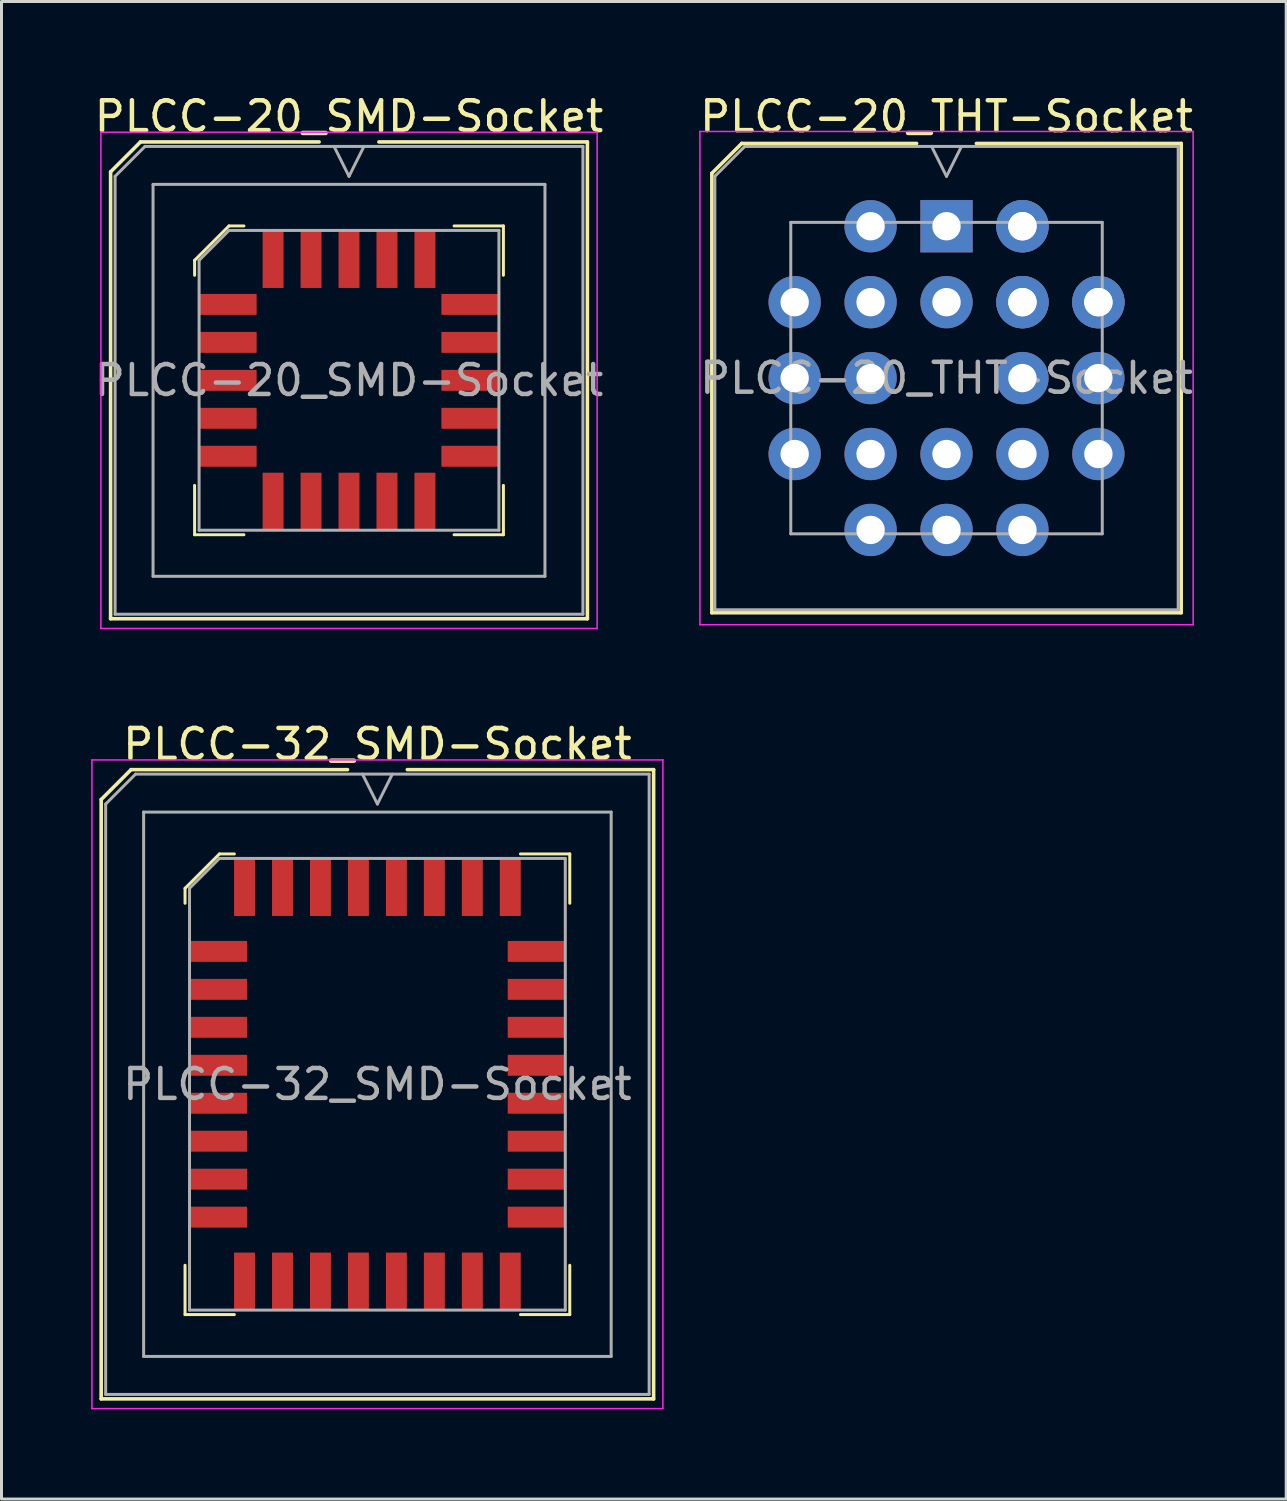
<source format=kicad_pcb>
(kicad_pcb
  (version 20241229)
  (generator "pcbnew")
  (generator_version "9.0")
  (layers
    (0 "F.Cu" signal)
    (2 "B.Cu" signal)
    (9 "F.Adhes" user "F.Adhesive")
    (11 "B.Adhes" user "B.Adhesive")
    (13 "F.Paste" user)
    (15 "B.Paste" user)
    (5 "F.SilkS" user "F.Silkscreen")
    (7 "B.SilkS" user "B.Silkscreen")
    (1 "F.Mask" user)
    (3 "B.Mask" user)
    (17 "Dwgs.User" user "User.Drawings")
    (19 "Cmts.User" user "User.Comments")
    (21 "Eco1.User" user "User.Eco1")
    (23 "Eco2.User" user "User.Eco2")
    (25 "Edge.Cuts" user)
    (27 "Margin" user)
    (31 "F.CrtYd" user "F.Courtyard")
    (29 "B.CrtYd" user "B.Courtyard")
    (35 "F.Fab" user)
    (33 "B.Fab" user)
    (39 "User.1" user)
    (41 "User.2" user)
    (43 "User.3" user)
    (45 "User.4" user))
  (footprint "PLCC-32_SMD-Socket"
    (layer "F.Cu")
    (at 9.575 33.221)
    (property "Reference" "PLCC-32_SMD-Socket" (at 0 -11.375 0) (layer "F.SilkS") (effects (font (size 1 1) (thickness 0.15))))
    (attr smd)
    (fp_line (start -9.24 -9.525) (end -9.24 10.525) (stroke (width 0.12) (type solid)) (layer "F.SilkS"))
    (fp_line (start -9.24 10.525) (end 9.24 10.525) (stroke (width 0.12) (type solid)) (layer "F.SilkS"))
    (fp_line (start -8.24 -10.525) (end -9.24 -9.525) (stroke (width 0.12) (type solid)) (layer "F.SilkS"))
    (fp_line (start -6.435 -6.555) (end -6.435 -6.055) (stroke (width 0.1) (type solid)) (layer "F.SilkS"))
    (fp_line (start -6.435 7.705) (end -6.435 6.055) (stroke (width 0.1) (type solid)) (layer "F.SilkS"))
    (fp_line (start -5.285 -7.705) (end -6.435 -6.555) (stroke (width 0.1) (type solid)) (layer "F.SilkS"))
    (fp_line (start -4.785 -7.705) (end -5.285 -7.705) (stroke (width 0.1) (type solid)) (layer "F.SilkS"))
    (fp_line (start -4.785 7.705) (end -6.435 7.705) (stroke (width 0.1) (type solid)) (layer "F.SilkS"))
    (fp_line (start -1 -10.525) (end -8.24 -10.525) (stroke (width 0.12) (type solid)) (layer "F.SilkS"))
    (fp_line (start 4.785 -7.705) (end 6.435 -7.705) (stroke (width 0.1) (type solid)) (layer "F.SilkS"))
    (fp_line (start 4.785 7.705) (end 6.435 7.705) (stroke (width 0.1) (type solid)) (layer "F.SilkS"))
    (fp_line (start 6.435 -7.705) (end 6.435 -6.055) (stroke (width 0.1) (type solid)) (layer "F.SilkS"))
    (fp_line (start 6.435 7.705) (end 6.435 6.055) (stroke (width 0.1) (type solid)) (layer "F.SilkS"))
    (fp_line (start 9.24 -10.525) (end 1 -10.525) (stroke (width 0.12) (type solid)) (layer "F.SilkS"))
    (fp_line (start 9.24 10.525) (end 9.24 -10.525) (stroke (width 0.12) (type solid)) (layer "F.SilkS"))
    (fp_line (start -9.55 -10.85) (end -9.55 10.85) (stroke (width 0.05) (type solid)) (layer "F.CrtYd"))
    (fp_line (start -9.55 10.85) (end 9.55 10.85) (stroke (width 0.05) (type solid)) (layer "F.CrtYd"))
    (fp_line (start 9.55 -10.85) (end -9.55 -10.85) (stroke (width 0.05) (type solid)) (layer "F.CrtYd"))
    (fp_line (start 9.55 10.85) (end 9.55 -10.85) (stroke (width 0.05) (type solid)) (layer "F.CrtYd"))
    (fp_line (start -9.09 -9.375) (end -9.09 10.375) (stroke (width 0.1) (type solid)) (layer "F.Fab"))
    (fp_line (start -9.09 10.375) (end 9.09 10.375) (stroke (width 0.1) (type solid)) (layer "F.Fab"))
    (fp_line (start -8.09 -10.375) (end -9.09 -9.375) (stroke (width 0.1) (type solid)) (layer "F.Fab"))
    (fp_line (start -7.82 -9.105) (end -7.82 9.105) (stroke (width 0.1) (type solid)) (layer "F.Fab"))
    (fp_line (start -7.82 9.105) (end 7.82 9.105) (stroke (width 0.1) (type solid)) (layer "F.Fab"))
    (fp_line (start -6.285 -6.555) (end -6.285 7.555) (stroke (width 0.1) (type solid)) (layer "F.Fab"))
    (fp_line (start -6.285 7.555) (end 6.285 7.555) (stroke (width 0.1) (type solid)) (layer "F.Fab"))
    (fp_line (start -5.285 -7.555) (end -6.285 -6.555) (stroke (width 0.1) (type solid)) (layer "F.Fab"))
    (fp_line (start -0.5 -10.375) (end 0 -9.375) (stroke (width 0.1) (type solid)) (layer "F.Fab"))
    (fp_line (start 0 -9.375) (end 0.5 -10.375) (stroke (width 0.1) (type solid)) (layer "F.Fab"))
    (fp_line (start 6.285 -7.555) (end -5.285 -7.555) (stroke (width 0.1) (type solid)) (layer "F.Fab"))
    (fp_line (start 6.285 7.555) (end 6.285 -7.555) (stroke (width 0.1) (type solid)) (layer "F.Fab"))
    (fp_line (start 7.82 -9.105) (end -7.82 -9.105) (stroke (width 0.1) (type solid)) (layer "F.Fab"))
    (fp_line (start 7.82 9.105) (end 7.82 -9.105) (stroke (width 0.1) (type solid)) (layer "F.Fab"))
    (fp_line (start 9.09 -10.375) (end -8.09 -10.375) (stroke (width 0.1) (type solid)) (layer "F.Fab"))
    (fp_line (start 9.09 10.375) (end 9.09 -10.375) (stroke (width 0.1) (type solid)) (layer "F.Fab"))
    (fp_text user "${REFERENCE}" (at 0 0 0) (layer "F.Fab") (effects (font (size 1 1) (thickness 0.15))))
    (pad "1" smd rect (at -0.635 -6.593) (size 0.7 1.925) (layers "F.Cu" "F.Mask" "F.Paste"))
    (pad "2" smd rect (at -1.905 -6.593) (size 0.7 1.925) (layers "F.Cu" "F.Mask" "F.Paste"))
    (pad "3" smd rect (at -3.175 -6.593) (size 0.7 1.925) (layers "F.Cu" "F.Mask" "F.Paste"))
    (pad "4" smd rect (at -4.445 -6.593) (size 0.7 1.925) (layers "F.Cu" "F.Mask" "F.Paste"))
    (pad "5" smd rect (at -5.322 -4.445) (size 1.925 0.7) (layers "F.Cu" "F.Mask" "F.Paste"))
    (pad "6" smd rect (at -5.322 -3.175) (size 1.925 0.7) (layers "F.Cu" "F.Mask" "F.Paste"))
    (pad "7" smd rect (at -5.322 -1.905) (size 1.925 0.7) (layers "F.Cu" "F.Mask" "F.Paste"))
    (pad "8" smd rect (at -5.322 -0.635) (size 1.925 0.7) (layers "F.Cu" "F.Mask" "F.Paste"))
    (pad "9" smd rect (at -5.322 0.635) (size 1.925 0.7) (layers "F.Cu" "F.Mask" "F.Paste"))
    (pad "10" smd rect (at -5.322 1.905) (size 1.925 0.7) (layers "F.Cu" "F.Mask" "F.Paste"))
    (pad "11" smd rect (at -5.322 3.175) (size 1.925 0.7) (layers "F.Cu" "F.Mask" "F.Paste"))
    (pad "12" smd rect (at -5.322 4.445) (size 1.925 0.7) (layers "F.Cu" "F.Mask" "F.Paste"))
    (pad "13" smd rect (at -4.445 6.593) (size 0.7 1.925) (layers "F.Cu" "F.Mask" "F.Paste"))
    (pad "14" smd rect (at -3.175 6.593) (size 0.7 1.925) (layers "F.Cu" "F.Mask" "F.Paste"))
    (pad "15" smd rect (at -1.905 6.593) (size 0.7 1.925) (layers "F.Cu" "F.Mask" "F.Paste"))
    (pad "16" smd rect (at -0.635 6.593) (size 0.7 1.925) (layers "F.Cu" "F.Mask" "F.Paste"))
    (pad "17" smd rect (at 0.635 6.593) (size 0.7 1.925) (layers "F.Cu" "F.Mask" "F.Paste"))
    (pad "18" smd rect (at 1.905 6.593) (size 0.7 1.925) (layers "F.Cu" "F.Mask" "F.Paste"))
    (pad "19" smd rect (at 3.175 6.593) (size 0.7 1.925) (layers "F.Cu" "F.Mask" "F.Paste"))
    (pad "20" smd rect (at 4.445 6.593) (size 0.7 1.925) (layers "F.Cu" "F.Mask" "F.Paste"))
    (pad "21" smd rect (at 5.322 4.445) (size 1.925 0.7) (layers "F.Cu" "F.Mask" "F.Paste"))
    (pad "22" smd rect (at 5.322 3.175) (size 1.925 0.7) (layers "F.Cu" "F.Mask" "F.Paste"))
    (pad "23" smd rect (at 5.322 1.905) (size 1.925 0.7) (layers "F.Cu" "F.Mask" "F.Paste"))
    (pad "24" smd rect (at 5.322 0.635) (size 1.925 0.7) (layers "F.Cu" "F.Mask" "F.Paste"))
    (pad "25" smd rect (at 5.322 -0.635) (size 1.925 0.7) (layers "F.Cu" "F.Mask" "F.Paste"))
    (pad "26" smd rect (at 5.322 -1.905) (size 1.925 0.7) (layers "F.Cu" "F.Mask" "F.Paste"))
    (pad "27" smd rect (at 5.322 -3.175) (size 1.925 0.7) (layers "F.Cu" "F.Mask" "F.Paste"))
    (pad "28" smd rect (at 5.322 -4.445) (size 1.925 0.7) (layers "F.Cu" "F.Mask" "F.Paste"))
    (pad "29" smd rect (at 4.445 -6.593) (size 0.7 1.925) (layers "F.Cu" "F.Mask" "F.Paste"))
    (pad "30" smd rect (at 3.175 -6.593) (size 0.7 1.925) (layers "F.Cu" "F.Mask" "F.Paste"))
    (pad "31" smd rect (at 1.905 -6.593) (size 0.7 1.925) (layers "F.Cu" "F.Mask" "F.Paste"))
    (pad "32" smd rect (at 0.635 -6.593) (size 0.7 1.925) (layers "F.Cu" "F.Mask" "F.Paste")))
  (footprint "PLCC-20_THT-Socket"
    (layer "F.Cu")
    (at 28.613 4.518)
    (property "Reference" "PLCC-20_THT-Socket" (at 0 -3.67 0) (layer "F.SilkS") (effects (font (size 1 1) (thickness 0.15))))
    (attr through_hole)
    (fp_line (start -7.85 -1.77) (end -7.85 12.93) (stroke (width 0.12) (type solid)) (layer "F.SilkS"))
    (fp_line (start -7.85 12.93) (end 7.85 12.93) (stroke (width 0.12) (type solid)) (layer "F.SilkS"))
    (fp_line (start -6.85 -2.77) (end -7.85 -1.77) (stroke (width 0.12) (type solid)) (layer "F.SilkS"))
    (fp_line (start -1 -2.77) (end -6.85 -2.77) (stroke (width 0.12) (type solid)) (layer "F.SilkS"))
    (fp_line (start 7.85 -2.77) (end 1 -2.77) (stroke (width 0.12) (type solid)) (layer "F.SilkS"))
    (fp_line (start 7.85 12.93) (end 7.85 -2.77) (stroke (width 0.12) (type solid)) (layer "F.SilkS"))
    (fp_line (start -8.25 -3.17) (end -8.25 13.33) (stroke (width 0.05) (type solid)) (layer "F.CrtYd"))
    (fp_line (start -8.25 13.33) (end 8.25 13.33) (stroke (width 0.05) (type solid)) (layer "F.CrtYd"))
    (fp_line (start 8.25 -3.17) (end -8.25 -3.17) (stroke (width 0.05) (type solid)) (layer "F.CrtYd"))
    (fp_line (start 8.25 13.33) (end 8.25 -3.17) (stroke (width 0.05) (type solid)) (layer "F.CrtYd"))
    (fp_line (start -7.75 -1.67) (end -7.75 12.83) (stroke (width 0.1) (type solid)) (layer "F.Fab"))
    (fp_line (start -7.75 12.83) (end 7.75 12.83) (stroke (width 0.1) (type solid)) (layer "F.Fab"))
    (fp_line (start -6.75 -2.67) (end -7.75 -1.67) (stroke (width 0.1) (type solid)) (layer "F.Fab"))
    (fp_line (start -5.21 -0.13) (end -5.21 10.29) (stroke (width 0.1) (type solid)) (layer "F.Fab"))
    (fp_line (start -5.21 10.29) (end 5.21 10.29) (stroke (width 0.1) (type solid)) (layer "F.Fab"))
    (fp_line (start -0.5 -2.67) (end 0 -1.67) (stroke (width 0.1) (type solid)) (layer "F.Fab"))
    (fp_line (start 0 -1.67) (end 0.5 -2.67) (stroke (width 0.1) (type solid)) (layer "F.Fab"))
    (fp_line (start 5.21 -0.13) (end -5.21 -0.13) (stroke (width 0.1) (type solid)) (layer "F.Fab"))
    (fp_line (start 5.21 10.29) (end 5.21 -0.13) (stroke (width 0.1) (type solid)) (layer "F.Fab"))
    (fp_line (start 7.75 -2.67) (end -6.75 -2.67) (stroke (width 0.1) (type solid)) (layer "F.Fab"))
    (fp_line (start 7.75 12.83) (end 7.75 -2.67) (stroke (width 0.1) (type solid)) (layer "F.Fab"))
    (fp_text user "${REFERENCE}" (at 0 5.08 0) (layer "F.Fab") (effects (font (size 1 1) (thickness 0.15))))
    (pad "1" thru_hole rect (at 0 0) (size 1.75 1.75) (drill 0.95) (layers "*.Cu" "*.Mask"))
    (pad "2" thru_hole circle (at 0 2.54) (size 1.75 1.75) (drill 0.95) (layers "*.Cu" "*.Mask"))
    (pad "3" thru_hole circle (at -2.54 0) (size 1.75 1.75) (drill 0.95) (layers "*.Cu" "*.Mask"))
    (pad "4" thru_hole circle (at -5.08 2.54) (size 1.75 1.75) (drill 0.95) (layers "*.Cu" "*.Mask"))
    (pad "5" thru_hole circle (at -2.54 2.54) (size 1.75 1.75) (drill 0.95) (layers "*.Cu" "*.Mask"))
    (pad "6" thru_hole circle (at -5.08 5.08) (size 1.75 1.75) (drill 0.95) (layers "*.Cu" "*.Mask"))
    (pad "7" thru_hole circle (at -2.54 5.08) (size 1.75 1.75) (drill 0.95) (layers "*.Cu" "*.Mask"))
    (pad "8" thru_hole circle (at -5.08 7.62) (size 1.75 1.75) (drill 0.95) (layers "*.Cu" "*.Mask"))
    (pad "9" thru_hole circle (at -2.54 10.16) (size 1.75 1.75) (drill 0.95) (layers "*.Cu" "*.Mask"))
    (pad "10" thru_hole circle (at -2.54 7.62) (size 1.75 1.75) (drill 0.95) (layers "*.Cu" "*.Mask"))
    (pad "11" thru_hole circle (at 0 10.16) (size 1.75 1.75) (drill 0.95) (layers "*.Cu" "*.Mask"))
    (pad "12" thru_hole circle (at 0 7.62) (size 1.75 1.75) (drill 0.95) (layers "*.Cu" "*.Mask"))
    (pad "13" thru_hole circle (at 2.54 10.16) (size 1.75 1.75) (drill 0.95) (layers "*.Cu" "*.Mask"))
    (pad "14" thru_hole circle (at 2.54 7.62) (size 1.75 1.75) (drill 0.95) (layers "*.Cu" "*.Mask"))
    (pad "14" thru_hole circle (at 5.08 7.62) (size 1.75 1.75) (drill 0.95) (layers "*.Cu" "*.Mask"))
    (pad "15" thru_hole circle (at 2.54 5.08) (size 1.75 1.75) (drill 0.95) (layers "*.Cu" "*.Mask"))
    (pad "16" thru_hole circle (at 5.08 5.08) (size 1.75 1.75) (drill 0.95) (layers "*.Cu" "*.Mask"))
    (pad "17" thru_hole circle (at 2.54 2.54) (size 1.75 1.75) (drill 0.95) (layers "*.Cu" "*.Mask"))
    (pad "18" thru_hole circle (at 5.08 2.54) (size 1.75 1.75) (drill 0.95) (layers "*.Cu" "*.Mask"))
    (pad "18" thru_hole circle (at 5.08 2.54) (size 1.75 1.75) (drill 0.95) (layers "*.Cu" "*.Mask"))
    (pad "19" thru_hole circle (at 2.54 0) (size 1.75 1.75) (drill 0.95) (layers "*.Cu" "*.Mask"))
    (pad "19" thru_hole circle (at 2.54 0) (size 1.75 1.75) (drill 0.95) (layers "*.Cu" "*.Mask"))
    (pad "20" thru_hole circle (at 2.54 2.54) (size 1.75 1.75) (drill 0.95) (layers "*.Cu" "*.Mask")))
  (footprint "PLCC-20_SMD-Socket"
    (layer "F.Cu")
    (at 8.625 9.673)
    (property "Reference" "PLCC-20_SMD-Socket" (at 0 -8.825 0) (layer "F.SilkS") (effects (font (size 1 1) (thickness 0.15))))
    (attr smd)
    (fp_line (start -7.975 -6.975) (end -7.975 7.975) (stroke (width 0.12) (type solid)) (layer "F.SilkS"))
    (fp_line (start -7.975 7.975) (end 7.975 7.975) (stroke (width 0.12) (type solid)) (layer "F.SilkS"))
    (fp_line (start -6.975 -7.975) (end -7.975 -6.975) (stroke (width 0.12) (type solid)) (layer "F.SilkS"))
    (fp_line (start -5.165 -4.015) (end -5.165 -3.515) (stroke (width 0.1) (type solid)) (layer "F.SilkS"))
    (fp_line (start -5.165 5.165) (end -5.165 3.515) (stroke (width 0.1) (type solid)) (layer "F.SilkS"))
    (fp_line (start -4.015 -5.165) (end -5.165 -4.015) (stroke (width 0.1) (type solid)) (layer "F.SilkS"))
    (fp_line (start -3.515 -5.165) (end -4.015 -5.165) (stroke (width 0.1) (type solid)) (layer "F.SilkS"))
    (fp_line (start -3.515 5.165) (end -5.165 5.165) (stroke (width 0.1) (type solid)) (layer "F.SilkS"))
    (fp_line (start -1 -7.975) (end -6.975 -7.975) (stroke (width 0.12) (type solid)) (layer "F.SilkS"))
    (fp_line (start 3.515 -5.165) (end 5.165 -5.165) (stroke (width 0.1) (type solid)) (layer "F.SilkS"))
    (fp_line (start 3.515 5.165) (end 5.165 5.165) (stroke (width 0.1) (type solid)) (layer "F.SilkS"))
    (fp_line (start 5.165 -5.165) (end 5.165 -3.515) (stroke (width 0.1) (type solid)) (layer "F.SilkS"))
    (fp_line (start 5.165 5.165) (end 5.165 3.515) (stroke (width 0.1) (type solid)) (layer "F.SilkS"))
    (fp_line (start 7.975 -7.975) (end 1 -7.975) (stroke (width 0.12) (type solid)) (layer "F.SilkS"))
    (fp_line (start 7.975 7.975) (end 7.975 -7.975) (stroke (width 0.12) (type solid)) (layer "F.SilkS"))
    (fp_line (start -8.3 -8.3) (end -8.3 8.3) (stroke (width 0.05) (type solid)) (layer "F.CrtYd"))
    (fp_line (start -8.3 8.3) (end 8.3 8.3) (stroke (width 0.05) (type solid)) (layer "F.CrtYd"))
    (fp_line (start 8.3 -8.3) (end -8.3 -8.3) (stroke (width 0.05) (type solid)) (layer "F.CrtYd"))
    (fp_line (start 8.3 8.3) (end 8.3 -8.3) (stroke (width 0.05) (type solid)) (layer "F.CrtYd"))
    (fp_line (start -7.825 -6.825) (end -7.825 7.825) (stroke (width 0.1) (type solid)) (layer "F.Fab"))
    (fp_line (start -7.825 7.825) (end 7.825 7.825) (stroke (width 0.1) (type solid)) (layer "F.Fab"))
    (fp_line (start -6.825 -7.825) (end -7.825 -6.825) (stroke (width 0.1) (type solid)) (layer "F.Fab"))
    (fp_line (start -6.555 -6.555) (end -6.555 6.555) (stroke (width 0.1) (type solid)) (layer "F.Fab"))
    (fp_line (start -6.555 6.555) (end 6.555 6.555) (stroke (width 0.1) (type solid)) (layer "F.Fab"))
    (fp_line (start -5.015 -4.015) (end -5.015 5.015) (stroke (width 0.1) (type solid)) (layer "F.Fab"))
    (fp_line (start -5.015 5.015) (end 5.015 5.015) (stroke (width 0.1) (type solid)) (layer "F.Fab"))
    (fp_line (start -4.015 -5.015) (end -5.015 -4.015) (stroke (width 0.1) (type solid)) (layer "F.Fab"))
    (fp_line (start -0.5 -7.825) (end 0 -6.825) (stroke (width 0.1) (type solid)) (layer "F.Fab"))
    (fp_line (start 0 -6.825) (end 0.5 -7.825) (stroke (width 0.1) (type solid)) (layer "F.Fab"))
    (fp_line (start 5.015 -5.015) (end -4.015 -5.015) (stroke (width 0.1) (type solid)) (layer "F.Fab"))
    (fp_line (start 5.015 5.015) (end 5.015 -5.015) (stroke (width 0.1) (type solid)) (layer "F.Fab"))
    (fp_line (start 6.555 -6.555) (end -6.555 -6.555) (stroke (width 0.1) (type solid)) (layer "F.Fab"))
    (fp_line (start 6.555 6.555) (end 6.555 -6.555) (stroke (width 0.1) (type solid)) (layer "F.Fab"))
    (fp_line (start 7.825 -7.825) (end -6.825 -7.825) (stroke (width 0.1) (type solid)) (layer "F.Fab"))
    (fp_line (start 7.825 7.825) (end 7.825 -7.825) (stroke (width 0.1) (type solid)) (layer "F.Fab"))
    (fp_text user "${REFERENCE}" (at 0 0 0) (layer "F.Fab") (effects (font (size 1 1) (thickness 0.15))))
    (pad "1" smd rect (at 0 -4.053) (size 0.7 1.925) (layers "F.Cu" "F.Mask" "F.Paste"))
    (pad "2" smd rect (at -1.27 -4.053) (size 0.7 1.925) (layers "F.Cu" "F.Mask" "F.Paste"))
    (pad "3" smd rect (at -2.54 -4.053) (size 0.7 1.925) (layers "F.Cu" "F.Mask" "F.Paste"))
    (pad "4" smd rect (at -4.053 -2.54) (size 1.925 0.7) (layers "F.Cu" "F.Mask" "F.Paste"))
    (pad "5" smd rect (at -4.053 -1.27) (size 1.925 0.7) (layers "F.Cu" "F.Mask" "F.Paste"))
    (pad "6" smd rect (at -4.053 0) (size 1.925 0.7) (layers "F.Cu" "F.Mask" "F.Paste"))
    (pad "7" smd rect (at -4.053 1.27) (size 1.925 0.7) (layers "F.Cu" "F.Mask" "F.Paste"))
    (pad "8" smd rect (at -4.053 2.54) (size 1.925 0.7) (layers "F.Cu" "F.Mask" "F.Paste"))
    (pad "9" smd rect (at -2.54 4.053) (size 0.7 1.925) (layers "F.Cu" "F.Mask" "F.Paste"))
    (pad "10" smd rect (at -1.27 4.053) (size 0.7 1.925) (layers "F.Cu" "F.Mask" "F.Paste"))
    (pad "11" smd rect (at 0 4.053) (size 0.7 1.925) (layers "F.Cu" "F.Mask" "F.Paste"))
    (pad "12" smd rect (at 1.27 4.053) (size 0.7 1.925) (layers "F.Cu" "F.Mask" "F.Paste"))
    (pad "13" smd rect (at 2.54 4.053) (size 0.7 1.925) (layers "F.Cu" "F.Mask" "F.Paste"))
    (pad "14" smd rect (at 4.053 2.54) (size 1.925 0.7) (layers "F.Cu" "F.Mask" "F.Paste"))
    (pad "15" smd rect (at 4.053 1.27) (size 1.925 0.7) (layers "F.Cu" "F.Mask" "F.Paste"))
    (pad "16" smd rect (at 4.053 0) (size 1.925 0.7) (layers "F.Cu" "F.Mask" "F.Paste"))
    (pad "17" smd rect (at 4.053 -1.27) (size 1.925 0.7) (layers "F.Cu" "F.Mask" "F.Paste"))
    (pad "18" smd rect (at 4.053 -2.54) (size 1.925 0.7) (layers "F.Cu" "F.Mask" "F.Paste"))
    (pad "19" smd rect (at 2.54 -4.053) (size 0.7 1.925) (layers "F.Cu" "F.Mask" "F.Paste"))
    (pad "20" smd rect (at 1.27 -4.053) (size 0.7 1.925) (layers "F.Cu" "F.Mask" "F.Paste")))
  (gr_rect
    (start -3 -3)
    (end 39.976 47.096)
    (stroke (width 0.1) (type default))
    (fill no)
    (layer "Edge.Cuts")))
</source>
